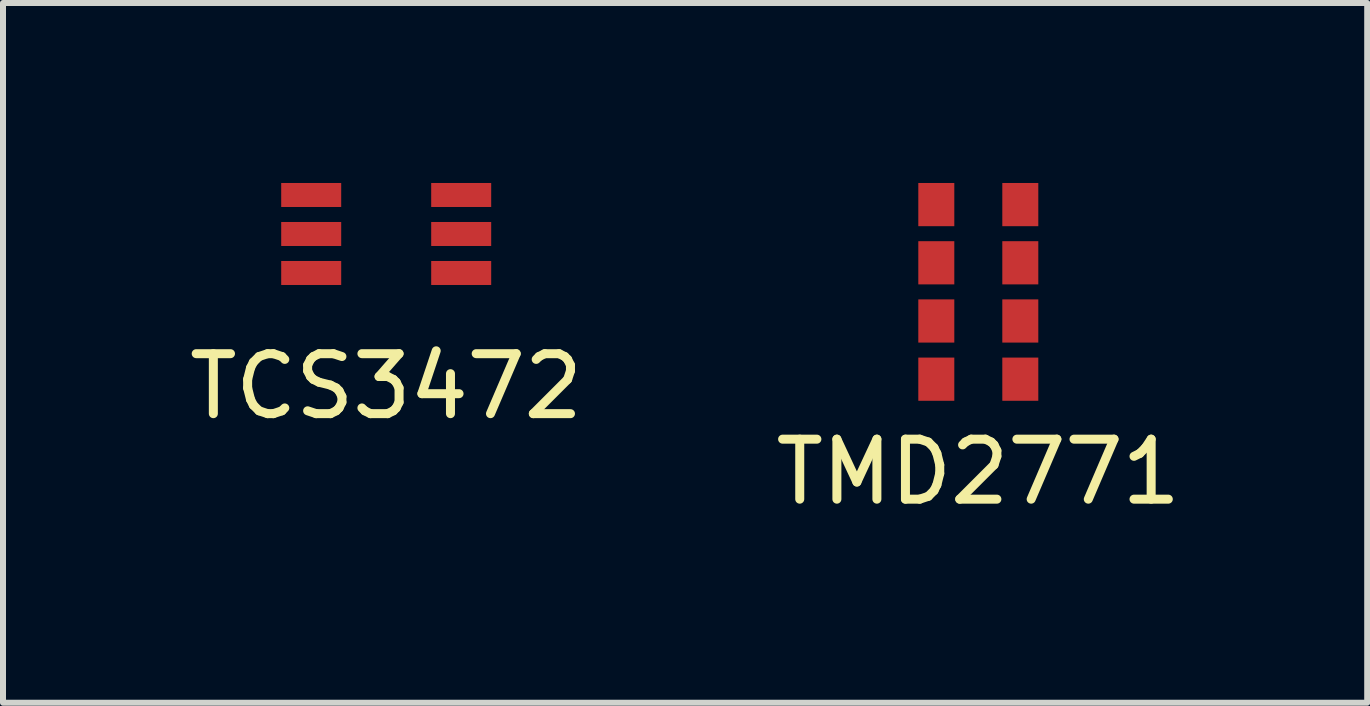
<source format=kicad_pcb>
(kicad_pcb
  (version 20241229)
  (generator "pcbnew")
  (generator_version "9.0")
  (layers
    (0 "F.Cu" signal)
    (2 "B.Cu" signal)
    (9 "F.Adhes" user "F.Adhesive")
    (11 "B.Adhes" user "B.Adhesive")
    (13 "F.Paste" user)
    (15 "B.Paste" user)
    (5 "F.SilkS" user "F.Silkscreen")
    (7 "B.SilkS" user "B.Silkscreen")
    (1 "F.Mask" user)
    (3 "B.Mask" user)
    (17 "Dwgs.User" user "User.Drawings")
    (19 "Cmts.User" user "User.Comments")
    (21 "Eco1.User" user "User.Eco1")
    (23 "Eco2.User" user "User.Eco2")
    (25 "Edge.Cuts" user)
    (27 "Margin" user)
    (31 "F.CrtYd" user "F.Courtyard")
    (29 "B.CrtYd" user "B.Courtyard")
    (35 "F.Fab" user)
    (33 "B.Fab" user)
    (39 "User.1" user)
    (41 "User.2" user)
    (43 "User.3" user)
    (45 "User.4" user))
  (footprint "TMD2771"
    (layer "F.Cu")
    (at 13.256 1.815)
    (property "Reference" "TMD2771" (at 0 3 0) (layer "F.SilkS") (effects (font (size 1 1) (thickness 0.15))))
    (attr through_hole)
    (pad "1" smd rect (at -0.7 -1.455) (size 0.6 0.72) (layers "F.Cu" "F.Mask" "F.Paste"))
    (pad "2" smd rect (at -0.7 -0.485) (size 0.6 0.72) (layers "F.Cu" "F.Mask" "F.Paste"))
    (pad "3" smd rect (at -0.7 0.485) (size 0.6 0.72) (layers "F.Cu" "F.Mask" "F.Paste"))
    (pad "4" smd rect (at -0.7 1.455) (size 0.6 0.72) (layers "F.Cu" "F.Mask" "F.Paste"))
    (pad "5" smd rect (at 0.7 1.455) (size 0.6 0.72) (layers "F.Cu" "F.Mask" "F.Paste"))
    (pad "6" smd rect (at 0.7 0.485) (size 0.6 0.72) (layers "F.Cu" "F.Mask" "F.Paste"))
    (pad "7" smd rect (at 0.7 -0.485) (size 0.6 0.72) (layers "F.Cu" "F.Mask" "F.Paste"))
    (pad "8" smd rect (at 0.7 -1.455) (size 0.6 0.72) (layers "F.Cu" "F.Mask" "F.Paste")))
  (footprint "TCS3472"
    (layer "F.Cu")
    (at 3.387 0.85)
    (property "Reference" "TCS3472" (at 0 2.54 0) (layer "F.SilkS") (effects (font (size 1 1) (thickness 0.15))))
    (attr through_hole)
    (pad "1" smd rect (at -1.25 -0.65) (size 1 0.4) (layers "F.Cu" "F.Mask" "F.Paste"))
    (pad "2" smd rect (at -1.25 0) (size 1 0.4) (layers "F.Cu" "F.Mask" "F.Paste"))
    (pad "3" smd rect (at -1.25 0.65) (size 1 0.4) (layers "F.Cu" "F.Mask" "F.Paste"))
    (pad "4" smd rect (at 1.25 0.65) (size 1 0.4) (layers "F.Cu" "F.Mask" "F.Paste"))
    (pad "5" smd rect (at 1.25 0) (size 1 0.4) (layers "F.Cu" "F.Mask" "F.Paste"))
    (pad "6" smd rect (at 1.25 -0.65) (size 1 0.4) (layers "F.Cu" "F.Mask" "F.Paste")))
  (gr_rect
    (start -3 -3)
    (end 19.738 8.663)
    (stroke (width 0.1) (type default))
    (fill no)
    (layer "Edge.Cuts")))
</source>
